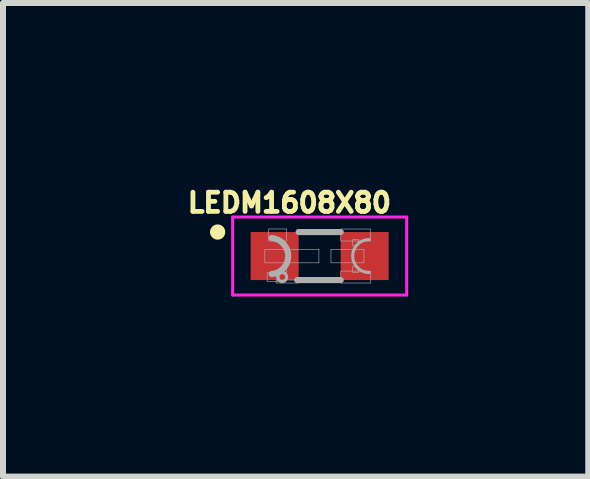
<source format=kicad_pcb>
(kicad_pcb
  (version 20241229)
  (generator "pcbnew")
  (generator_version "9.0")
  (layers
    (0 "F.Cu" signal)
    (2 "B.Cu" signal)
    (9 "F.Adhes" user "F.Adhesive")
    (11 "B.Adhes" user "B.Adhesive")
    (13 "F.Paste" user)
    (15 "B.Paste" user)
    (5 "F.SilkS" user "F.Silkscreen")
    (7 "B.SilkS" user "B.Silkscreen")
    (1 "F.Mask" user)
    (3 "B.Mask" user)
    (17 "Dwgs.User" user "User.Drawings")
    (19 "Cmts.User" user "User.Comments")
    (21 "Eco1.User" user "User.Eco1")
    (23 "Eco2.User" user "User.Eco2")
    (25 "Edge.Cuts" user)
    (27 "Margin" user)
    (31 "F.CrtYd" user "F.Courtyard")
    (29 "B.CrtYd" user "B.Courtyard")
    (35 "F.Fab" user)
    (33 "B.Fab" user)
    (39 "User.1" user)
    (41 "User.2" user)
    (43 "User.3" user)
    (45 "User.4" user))
  (footprint "LEDM1608X80"
    (layer "F.Cu")
    (at 2.276 1.216)
    (property "Reference" "LEDM1608X80" (at -0.504 -0.888 0) (layer "F.SilkS") (effects (font (size 0.32 0.32) (thickness 0.15))))
    (attr smd)
    (fp_circle (center -1.7 -0.4) (end -1.573 -0.4) (stroke (width 0) (type solid)) (fill yes) (layer "F.SilkS"))
    (fp_line (start -1.45 -0.65) (end 1.45 -0.65) (stroke (width 0.05) (type solid)) (layer "F.CrtYd"))
    (fp_line (start -1.45 0.65) (end -1.45 -0.65) (stroke (width 0.05) (type solid)) (layer "F.CrtYd"))
    (fp_line (start 1.45 -0.65) (end 1.45 0.65) (stroke (width 0.05) (type solid)) (layer "F.CrtYd"))
    (fp_line (start 1.45 0.65) (end -1.45 0.65) (stroke (width 0.05) (type solid)) (layer "F.CrtYd"))
    (fp_line (start -0.375 0.4) (end 0.35 0.4) (stroke (width 0.102) (type solid)) (layer "F.Fab"))
    (fp_line (start -0.35 -0.4) (end 0.35 -0.4) (stroke (width 0.102) (type solid)) (layer "F.Fab"))
    (fp_arc (start -0.8 -0.3) (mid -0.524966 0) (end -0.8 0.3) (stroke (width 0.1016) (type solid)) (layer "F.Fab"))
    (fp_arc (start 0.825 0.275) (mid 0.55 0) (end 0.825 -0.275) (stroke (width 0.0508) (type solid)) (layer "F.Fab"))
    (fp_circle (center -0.625 0.35) (end -0.55 0.35) (stroke (width 0.051) (type solid)) (fill no) (layer "F.Fab"))
    (fp_poly (pts (xy -0.914 -0.113) (xy -0.013 -0.113) (xy -0.013 0.113) (xy -0.914 0.113)) (stroke (width 0.01) (type solid)) (fill no) (layer "F.Fab"))
    (fp_poly (pts (xy -0.876 0.275) (xy -0.675 0.275) (xy -0.675 0.425) (xy -0.876 0.425)) (stroke (width 0.01) (type solid)) (fill no) (layer "F.Fab"))
    (fp_poly (pts (xy -0.85 -0.451) (xy -0.551 -0.451) (xy -0.551 -0.25) (xy -0.85 -0.25)) (stroke (width 0.01) (type solid)) (fill no) (layer "F.Fab"))
    (fp_poly (pts (xy -0.725 0.4) (xy -0.35 0.4) (xy -0.35 0.45) (xy -0.725 0.45)) (stroke (width 0.01) (type solid)) (fill no) (layer "F.Fab"))
    (fp_poly (pts (xy -0.601 0.225) (xy -0.55 0.225) (xy -0.55 0.275) (xy -0.601 0.275)) (stroke (width 0.01) (type solid)) (fill no) (layer "F.Fab"))
    (fp_poly (pts (xy 0.188 -0.113) (xy 0.738 -0.113) (xy 0.738 0.113) (xy 0.188 0.113)) (stroke (width 0.01) (type solid)) (fill no) (layer "F.Fab"))
    (fp_poly (pts (xy 0.35 0.251) (xy 0.851 0.251) (xy 0.851 0.45) (xy 0.35 0.45)) (stroke (width 0.01) (type solid)) (fill no) (layer "F.Fab"))
    (fp_poly (pts (xy 0.35 -0.45) (xy 0.85 -0.45) (xy 0.85 -0.25) (xy 0.35 -0.25)) (stroke (width 0.01) (type solid)) (fill no) (layer "F.Fab"))
    (fp_poly (pts (xy 0.55 0.175) (xy 0.65 0.175) (xy 0.65 0.275) (xy 0.55 0.275)) (stroke (width 0.01) (type solid)) (fill no) (layer "F.Fab"))
    (fp_poly (pts (xy 0.55 -0.275) (xy 0.65 -0.275) (xy 0.65 -0.175) (xy 0.55 -0.175)) (stroke (width 0.01) (type solid)) (fill no) (layer "F.Fab"))
    (pad "A" smd rect (at 0.75 0 90) (size 0.8 0.8) (layers "F.Cu" "F.Mask" "F.Paste"))
    (pad "C" smd rect (at -0.75 0 90) (size 0.8 0.8) (layers "F.Cu" "F.Mask" "F.Paste")))
  (gr_rect
    (start -3 -3)
    (end 6.751 4.891)
    (stroke (width 0.1) (type default))
    (fill no)
    (layer "Edge.Cuts")))
</source>
